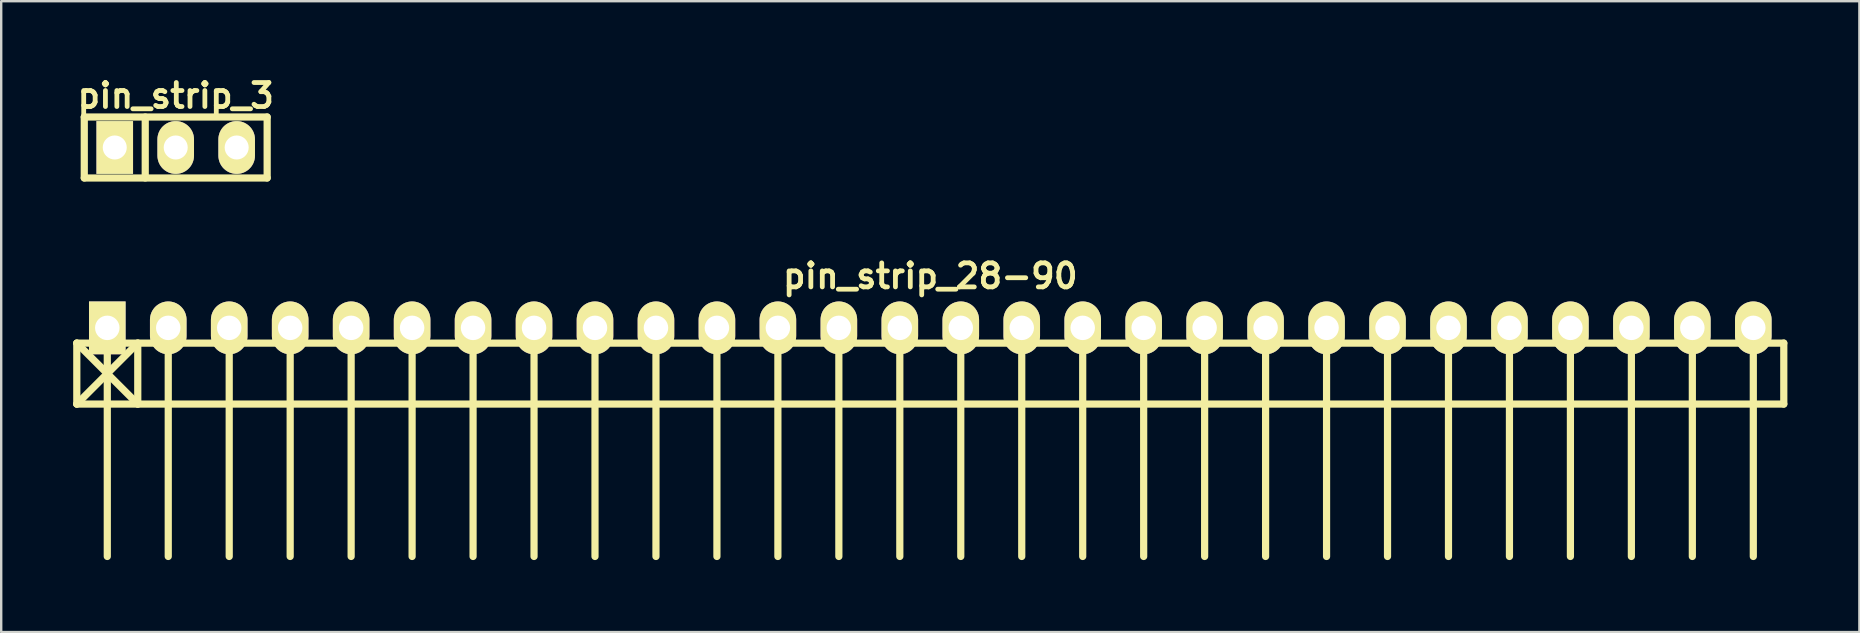
<source format=kicad_pcb>
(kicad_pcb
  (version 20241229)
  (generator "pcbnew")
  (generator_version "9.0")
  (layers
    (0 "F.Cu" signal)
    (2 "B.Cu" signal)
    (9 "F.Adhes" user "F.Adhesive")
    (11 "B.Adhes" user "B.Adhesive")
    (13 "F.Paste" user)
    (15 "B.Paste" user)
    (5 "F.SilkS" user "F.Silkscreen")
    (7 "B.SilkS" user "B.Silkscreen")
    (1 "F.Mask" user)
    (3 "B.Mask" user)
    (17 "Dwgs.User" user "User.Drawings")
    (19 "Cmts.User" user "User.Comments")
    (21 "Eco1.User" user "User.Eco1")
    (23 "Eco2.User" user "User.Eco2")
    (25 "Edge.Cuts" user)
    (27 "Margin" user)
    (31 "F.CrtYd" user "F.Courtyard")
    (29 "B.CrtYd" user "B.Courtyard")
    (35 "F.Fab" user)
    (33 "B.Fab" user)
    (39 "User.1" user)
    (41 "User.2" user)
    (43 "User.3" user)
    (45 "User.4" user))
  (footprint "pin_strip_3"
    (layer "F.Cu")
    (at 4.271 3.095)
    (property "Reference" "pin_strip_3" (at 0 -2.159 0) (layer "F.SilkS") (effects (font (size 1 1) (thickness 0.2))))
    (attr through_hole)
    (fp_line (start -3.81 -1.27) (end 3.81 -1.27) (stroke (width 0.3) (type solid)) (layer "F.SilkS"))
    (fp_line (start -3.81 1.27) (end -3.81 -1.27) (stroke (width 0.3) (type solid)) (layer "F.SilkS"))
    (fp_line (start -1.27 1.27) (end -1.27 -1.27) (stroke (width 0.3) (type solid)) (layer "F.SilkS"))
    (fp_line (start 3.81 -1.27) (end 3.81 1.27) (stroke (width 0.3) (type solid)) (layer "F.SilkS"))
    (fp_line (start 3.81 1.27) (end -3.81 1.27) (stroke (width 0.3) (type solid)) (layer "F.SilkS"))
    (pad "1" thru_hole rect (at -2.54 0) (size 1.524 2.2) (drill 1.001) (layers "*.Cu" "*.Mask" "F.SilkS"))
    (pad "2" thru_hole oval (at 0 0) (size 1.524 2.2) (drill 1.001) (layers "*.Cu" "*.Mask" "F.SilkS"))
    (pad "3" thru_hole oval (at 2.54 0) (size 1.524 2.2) (drill 1.001) (layers "*.Cu" "*.Mask" "F.SilkS")))
  (footprint "pin_strip_28-90"
    (layer "F.Cu")
    (at 35.71 10.61)
    (property "Reference" "pin_strip_28-90" (at 0 -2.159 0) (layer "F.SilkS") (effects (font (size 1 1) (thickness 0.2))))
    (attr through_hole)
    (fp_line (start -35.56 0.635) (end 35.56 0.635) (stroke (width 0.3) (type solid)) (layer "F.SilkS"))
    (fp_line (start -35.56 3.175) (end -35.56 0.635) (stroke (width 0.3) (type solid)) (layer "F.SilkS"))
    (fp_line (start -35.56 3.175) (end -33.02 0.635) (stroke (width 0.3) (type solid)) (layer "F.SilkS"))
    (fp_line (start -34.29 0) (end -34.29 9.525) (stroke (width 0.3) (type solid)) (layer "F.SilkS"))
    (fp_line (start -33.02 0.635) (end -33.02 3.175) (stroke (width 0.3) (type solid)) (layer "F.SilkS"))
    (fp_line (start -33.02 3.175) (end -35.56 0.635) (stroke (width 0.3) (type solid)) (layer "F.SilkS"))
    (fp_line (start -31.75 0) (end -31.75 9.525) (stroke (width 0.3) (type solid)) (layer "F.SilkS"))
    (fp_line (start -29.21 9.525) (end -29.21 0) (stroke (width 0.3) (type solid)) (layer "F.SilkS"))
    (fp_line (start -26.67 0) (end -26.67 9.525) (stroke (width 0.3) (type solid)) (layer "F.SilkS"))
    (fp_line (start -24.13 0) (end -24.13 9.525) (stroke (width 0.3) (type solid)) (layer "F.SilkS"))
    (fp_line (start -21.59 0) (end -21.59 9.525) (stroke (width 0.3) (type solid)) (layer "F.SilkS"))
    (fp_line (start -19.05 0) (end -19.05 9.525) (stroke (width 0.3) (type solid)) (layer "F.SilkS"))
    (fp_line (start -16.51 0) (end -16.51 9.525) (stroke (width 0.3) (type solid)) (layer "F.SilkS"))
    (fp_line (start -13.97 0) (end -13.97 9.525) (stroke (width 0.3) (type solid)) (layer "F.SilkS"))
    (fp_line (start -11.43 0) (end -11.43 9.525) (stroke (width 0.3) (type solid)) (layer "F.SilkS"))
    (fp_line (start -8.89 0) (end -8.89 9.525) (stroke (width 0.3) (type solid)) (layer "F.SilkS"))
    (fp_line (start -6.35 0) (end -6.35 9.525) (stroke (width 0.3) (type solid)) (layer "F.SilkS"))
    (fp_line (start -3.81 9.525) (end -3.81 0) (stroke (width 0.3) (type solid)) (layer "F.SilkS"))
    (fp_line (start -1.27 0) (end -1.27 9.525) (stroke (width 0.3) (type solid)) (layer "F.SilkS"))
    (fp_line (start 1.27 0) (end 1.27 9.525) (stroke (width 0.3) (type solid)) (layer "F.SilkS"))
    (fp_line (start 3.81 0) (end 3.81 9.525) (stroke (width 0.3) (type solid)) (layer "F.SilkS"))
    (fp_line (start 6.35 0) (end 6.35 9.525) (stroke (width 0.3) (type solid)) (layer "F.SilkS"))
    (fp_line (start 8.89 0) (end 8.89 9.525) (stroke (width 0.3) (type solid)) (layer "F.SilkS"))
    (fp_line (start 11.43 0) (end 11.43 9.525) (stroke (width 0.3) (type solid)) (layer "F.SilkS"))
    (fp_line (start 13.97 0) (end 13.97 9.525) (stroke (width 0.3) (type solid)) (layer "F.SilkS"))
    (fp_line (start 16.51 0) (end 16.51 9.525) (stroke (width 0.3) (type solid)) (layer "F.SilkS"))
    (fp_line (start 19.05 0) (end 19.05 9.525) (stroke (width 0.3) (type solid)) (layer "F.SilkS"))
    (fp_line (start 21.59 9.525) (end 21.59 0) (stroke (width 0.3) (type solid)) (layer "F.SilkS"))
    (fp_line (start 24.13 0) (end 24.13 9.525) (stroke (width 0.3) (type solid)) (layer "F.SilkS"))
    (fp_line (start 26.67 0) (end 26.67 9.525) (stroke (width 0.3) (type solid)) (layer "F.SilkS"))
    (fp_line (start 29.21 0) (end 29.21 9.525) (stroke (width 0.3) (type solid)) (layer "F.SilkS"))
    (fp_line (start 31.75 0) (end 31.75 9.525) (stroke (width 0.3) (type solid)) (layer "F.SilkS"))
    (fp_line (start 34.29 0) (end 34.29 9.525) (stroke (width 0.3) (type solid)) (layer "F.SilkS"))
    (fp_line (start 35.56 0.635) (end 35.56 3.175) (stroke (width 0.3) (type solid)) (layer "F.SilkS"))
    (fp_line (start 35.56 3.175) (end -35.56 3.175) (stroke (width 0.3) (type solid)) (layer "F.SilkS"))
    (pad "1" thru_hole rect (at -34.29 0) (size 1.524 2.2) (drill 1.02) (layers "*.Cu" "*.Mask" "F.SilkS"))
    (pad "2" thru_hole oval (at -31.75 0) (size 1.524 2.2) (drill 1.02) (layers "*.Cu" "*.Mask" "F.SilkS"))
    (pad "3" thru_hole oval (at -29.21 0) (size 1.524 2.2) (drill 1.02) (layers "*.Cu" "*.Mask" "F.SilkS"))
    (pad "4" thru_hole oval (at -26.67 0) (size 1.524 2.2) (drill 1.02) (layers "*.Cu" "*.Mask" "F.SilkS"))
    (pad "5" thru_hole oval (at -24.13 0) (size 1.524 2.2) (drill 1.02) (layers "*.Cu" "*.Mask" "F.SilkS"))
    (pad "6" thru_hole oval (at -21.59 0) (size 1.524 2.2) (drill 1.02) (layers "*.Cu" "*.Mask" "F.SilkS"))
    (pad "7" thru_hole oval (at -19.05 0) (size 1.524 2.2) (drill 1.02) (layers "*.Cu" "*.Mask" "F.SilkS"))
    (pad "8" thru_hole oval (at -16.51 0) (size 1.524 2.2) (drill 1.02) (layers "*.Cu" "*.Mask" "F.SilkS"))
    (pad "9" thru_hole oval (at -13.97 0) (size 1.524 2.2) (drill 1.02) (layers "*.Cu" "*.Mask" "F.SilkS"))
    (pad "10" thru_hole oval (at -11.43 0) (size 1.524 2.2) (drill 1.02) (layers "*.Cu" "*.Mask" "F.SilkS"))
    (pad "11" thru_hole oval (at -8.89 0) (size 1.524 2.2) (drill 1.02) (layers "*.Cu" "*.Mask" "F.SilkS"))
    (pad "12" thru_hole oval (at -6.35 0) (size 1.524 2.2) (drill 1.02) (layers "*.Cu" "*.Mask" "F.SilkS"))
    (pad "13" thru_hole oval (at -3.81 0) (size 1.524 2.2) (drill 1.02) (layers "*.Cu" "*.Mask" "F.SilkS"))
    (pad "14" thru_hole oval (at -1.27 0) (size 1.524 2.2) (drill 1.02) (layers "*.Cu" "*.Mask" "F.SilkS"))
    (pad "15" thru_hole oval (at 1.27 0) (size 1.524 2.2) (drill 1.02) (layers "*.Cu" "*.Mask" "F.SilkS"))
    (pad "16" thru_hole oval (at 3.81 0) (size 1.524 2.2) (drill 1.02) (layers "*.Cu" "*.Mask" "F.SilkS"))
    (pad "17" thru_hole oval (at 6.35 0) (size 1.524 2.2) (drill 1.02) (layers "*.Cu" "*.Mask" "F.SilkS"))
    (pad "18" thru_hole oval (at 8.89 0) (size 1.524 2.2) (drill 1.02) (layers "*.Cu" "*.Mask" "F.SilkS"))
    (pad "19" thru_hole oval (at 11.43 0) (size 1.524 2.2) (drill 1.02) (layers "*.Cu" "*.Mask" "F.SilkS"))
    (pad "20" thru_hole oval (at 13.97 0) (size 1.524 2.2) (drill 1.02) (layers "*.Cu" "*.Mask" "F.SilkS"))
    (pad "21" thru_hole oval (at 16.51 0) (size 1.524 2.2) (drill 1.02) (layers "*.Cu" "*.Mask" "F.SilkS"))
    (pad "22" thru_hole oval (at 19.05 0) (size 1.524 2.2) (drill 1.02) (layers "*.Cu" "*.Mask" "F.SilkS"))
    (pad "23" thru_hole oval (at 21.59 0) (size 1.524 2.2) (drill 1.02) (layers "*.Cu" "*.Mask" "F.SilkS"))
    (pad "24" thru_hole oval (at 24.13 0) (size 1.524 2.2) (drill 1.02) (layers "*.Cu" "*.Mask" "F.SilkS"))
    (pad "25" thru_hole oval (at 26.67 0) (size 1.524 2.2) (drill 1.02) (layers "*.Cu" "*.Mask" "F.SilkS"))
    (pad "26" thru_hole oval (at 29.21 0) (size 1.524 2.2) (drill 1.02) (layers "*.Cu" "*.Mask" "F.SilkS"))
    (pad "27" thru_hole oval (at 31.75 0) (size 1.524 2.2) (drill 1.02) (layers "*.Cu" "*.Mask" "F.SilkS"))
    (pad "28" thru_hole oval (at 34.29 0) (size 1.524 2.2) (drill 1.02) (layers "*.Cu" "*.Mask" "F.SilkS")))
  (gr_rect
    (start -3 -3)
    (end 74.42 23.285)
    (stroke (width 0.1) (type default))
    (fill no)
    (layer "Edge.Cuts")))
</source>
